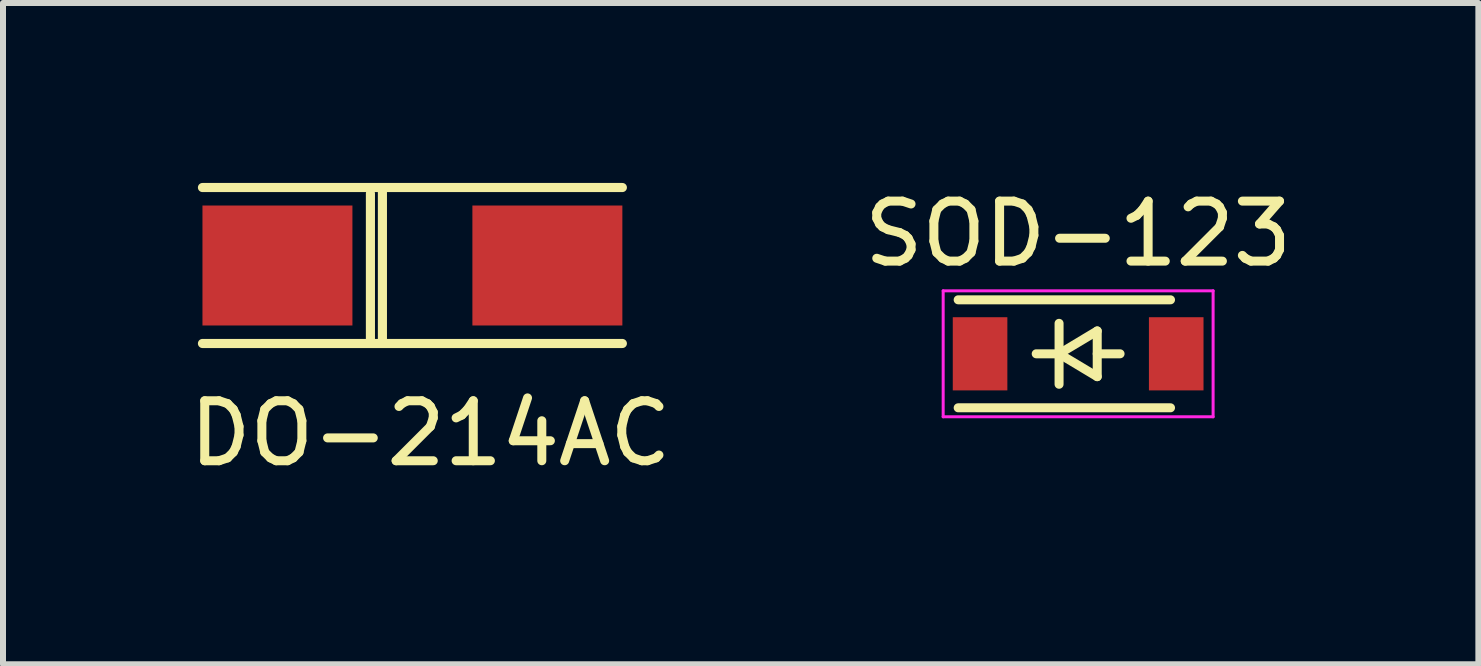
<source format=kicad_pcb>
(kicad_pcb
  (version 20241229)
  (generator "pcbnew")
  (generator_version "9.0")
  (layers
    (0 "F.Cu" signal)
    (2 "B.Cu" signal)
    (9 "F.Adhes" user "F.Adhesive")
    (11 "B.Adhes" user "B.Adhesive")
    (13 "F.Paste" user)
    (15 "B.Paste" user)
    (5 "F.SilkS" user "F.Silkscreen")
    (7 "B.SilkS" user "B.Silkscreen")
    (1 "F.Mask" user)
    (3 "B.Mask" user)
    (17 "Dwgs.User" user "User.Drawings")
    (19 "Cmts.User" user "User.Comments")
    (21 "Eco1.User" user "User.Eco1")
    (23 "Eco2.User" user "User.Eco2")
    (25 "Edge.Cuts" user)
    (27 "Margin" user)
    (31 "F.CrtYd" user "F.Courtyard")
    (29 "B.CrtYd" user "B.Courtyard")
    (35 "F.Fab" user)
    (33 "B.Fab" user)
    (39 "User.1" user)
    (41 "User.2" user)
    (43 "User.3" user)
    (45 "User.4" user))
  (footprint "SOD-123"
    (layer "F.Cu")
    (at 14.923 2.848)
    (property "Reference" "SOD-123" (at 0 -2 0) (layer "F.SilkS") (effects (font (size 1 1) (thickness 0.15))))
    (attr smd)
    (fp_line (start -2 -0.9) (end 1.54 -0.9) (stroke (width 0.15) (type solid)) (layer "F.SilkS"))
    (fp_line (start -2 0.9) (end 1.54 0.9) (stroke (width 0.15) (type solid)) (layer "F.SilkS"))
    (fp_line (start -0.699 0) (end -0.318 0) (stroke (width 0.15) (type solid)) (layer "F.SilkS"))
    (fp_line (start -0.318 -0.508) (end -0.318 0.508) (stroke (width 0.15) (type solid)) (layer "F.SilkS"))
    (fp_line (start -0.318 0) (end 0.318 -0.381) (stroke (width 0.15) (type solid)) (layer "F.SilkS"))
    (fp_line (start 0.318 -0.381) (end 0.318 0.381) (stroke (width 0.15) (type solid)) (layer "F.SilkS"))
    (fp_line (start 0.318 0) (end 0.699 0) (stroke (width 0.15) (type solid)) (layer "F.SilkS"))
    (fp_line (start 0.318 0.381) (end -0.318 0) (stroke (width 0.15) (type solid)) (layer "F.SilkS"))
    (fp_line (start -2.25 -1.05) (end -2.25 1.05) (stroke (width 0.05) (type solid)) (layer "F.CrtYd"))
    (fp_line (start -2.25 -1.05) (end 2.25 -1.05) (stroke (width 0.05) (type solid)) (layer "F.CrtYd"))
    (fp_line (start 2.25 -1.05) (end 2.25 1.05) (stroke (width 0.05) (type solid)) (layer "F.CrtYd"))
    (fp_line (start 2.25 1.05) (end -2.25 1.05) (stroke (width 0.05) (type solid)) (layer "F.CrtYd"))
    (pad "1" smd rect (at -1.635 0) (size 0.91 1.22) (layers "F.Cu" "F.Mask" "F.Paste"))
    (pad "2" smd rect (at 1.635 0) (size 0.91 1.22) (layers "F.Cu" "F.Mask" "F.Paste")))
  (footprint "DO-214AC"
    (layer "F.Cu")
    (at 3.825 1.376)
    (property "Reference" "DO-214AC" (at 0.3 2.8 0) (layer "F.SilkS") (effects (font (size 1 1) (thickness 0.15))))
    (attr through_hole)
    (fp_line (start -3.5 -1.3) (end 3.5 -1.3) (stroke (width 0.152) (type solid)) (layer "F.SilkS"))
    (fp_line (start -3.5 1.3) (end 3.5 1.3) (stroke (width 0.152) (type solid)) (layer "F.SilkS"))
    (fp_line (start -0.7 -1.2) (end -0.7 1.3) (stroke (width 0.152) (type solid)) (layer "F.SilkS"))
    (fp_line (start -0.5 -1.3) (end -0.5 1.3) (stroke (width 0.152) (type solid)) (layer "F.SilkS"))
    (pad "1" smd rect (at -2.25 0) (size 2.5 2) (layers "F.Cu" "F.Mask" "F.Paste"))
    (pad "2" smd rect (at 2.25 0) (size 2.5 2) (layers "F.Cu" "F.Mask" "F.Paste")))
  (gr_rect
    (start -3 -3)
    (end 21.595 8.024)
    (stroke (width 0.1) (type default))
    (fill no)
    (layer "Edge.Cuts")))
</source>
